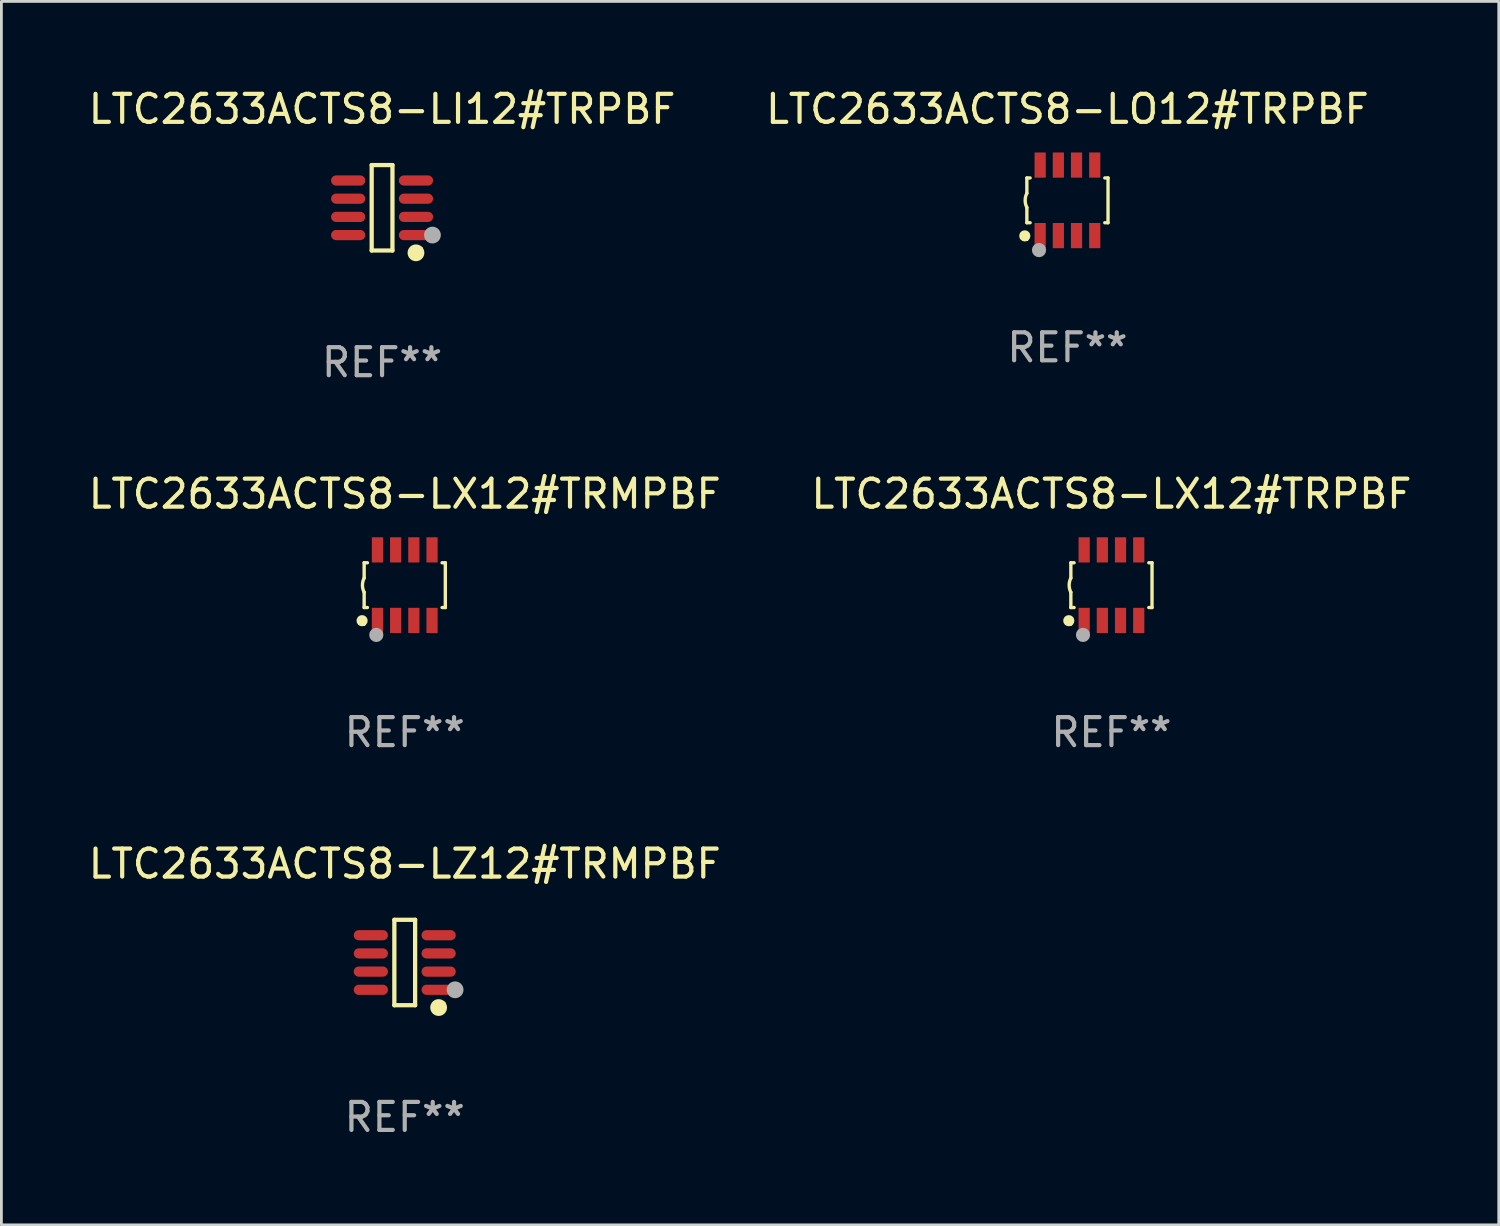
<source format=kicad_pcb>
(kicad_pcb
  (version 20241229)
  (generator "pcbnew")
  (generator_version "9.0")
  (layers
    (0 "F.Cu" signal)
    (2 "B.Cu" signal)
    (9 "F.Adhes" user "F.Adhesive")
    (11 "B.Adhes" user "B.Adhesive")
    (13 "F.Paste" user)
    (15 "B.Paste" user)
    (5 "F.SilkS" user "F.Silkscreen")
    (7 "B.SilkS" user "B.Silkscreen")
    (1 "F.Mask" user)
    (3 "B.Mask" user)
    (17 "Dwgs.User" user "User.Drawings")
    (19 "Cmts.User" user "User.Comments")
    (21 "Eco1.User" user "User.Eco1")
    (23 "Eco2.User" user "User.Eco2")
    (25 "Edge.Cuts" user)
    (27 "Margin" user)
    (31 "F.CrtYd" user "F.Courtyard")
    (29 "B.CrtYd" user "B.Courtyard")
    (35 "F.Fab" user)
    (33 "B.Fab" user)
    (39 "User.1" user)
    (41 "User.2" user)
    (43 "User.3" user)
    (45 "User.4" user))
  (footprint "LTC2633ACTS8-LX12#TRPBF"
    (layer "F.Cu")
    (at 36.661 17.857)
    (property "Reference" "LTC2633ACTS8-LX12#TRPBF" (at 0 -3.26 0) (layer "F.SilkS") (effects (font (size 1 1) (thickness 0.15))))
    (attr through_hole)
    (fp_line (start -1.45 -0.8) (end -1.45 -0.254) (stroke (width 0.12) (type solid)) (layer "F.SilkS"))
    (fp_line (start -1.45 -0.8) (end -1.334 -0.8) (stroke (width 0.12) (type solid)) (layer "F.SilkS"))
    (fp_line (start -1.45 0.8) (end -1.45 0.254) (stroke (width 0.12) (type solid)) (layer "F.SilkS"))
    (fp_line (start -1.45 0.8) (end -1.334 0.8) (stroke (width 0.12) (type solid)) (layer "F.SilkS"))
    (fp_line (start 1.334 -0.8) (end 1.45 -0.8) (stroke (width 0.12) (type solid)) (layer "F.SilkS"))
    (fp_line (start 1.334 0.8) (end 1.45 0.8) (stroke (width 0.12) (type solid)) (layer "F.SilkS"))
    (fp_line (start 1.45 0.8) (end 1.45 -0.8) (stroke (width 0.12) (type solid)) (layer "F.SilkS"))
    (fp_arc (start -1.45075 0.255144) (mid -1.510605 0.000434) (end -1.450013 -0.254102) (stroke (width 0.11999) (type solid)) (layer "F.SilkS"))
    (fp_circle (center -1.524 1.27) (end -1.424 1.27) (stroke (width 0.2) (type solid)) (fill no) (layer "F.SilkS"))
    (fp_circle (center -1.45 1.4) (end -1.42 1.4) (stroke (width 0.06) (type solid)) (fill no) (layer "F.SilkS"))
    (fp_circle (center -1.016 1.778) (end -0.889 1.778) (stroke (width 0.254) (type solid)) (fill no) (layer "F.Fab"))
    (fp_text user "REF**" (at 0 5.26 0) (layer "F.Fab") (effects (font (size 1 1) (thickness 0.15))))
    (pad "1" smd rect (at -0.975 1.26) (size 0.4 0.9) (layers "F.Cu" "F.Mask" "F.Paste"))
    (pad "2" smd rect (at -0.325 1.26) (size 0.4 0.9) (layers "F.Cu" "F.Mask" "F.Paste"))
    (pad "3" smd rect (at 0.325 1.26) (size 0.4 0.9) (layers "F.Cu" "F.Mask" "F.Paste"))
    (pad "4" smd rect (at 0.975 1.26) (size 0.4 0.9) (layers "F.Cu" "F.Mask" "F.Paste"))
    (pad "5" smd rect (at 0.975 -1.26) (size 0.4 0.9) (layers "F.Cu" "F.Mask" "F.Paste"))
    (pad "6" smd rect (at 0.325 -1.26) (size 0.4 0.9) (layers "F.Cu" "F.Mask" "F.Paste"))
    (pad "7" smd rect (at -0.325 -1.26) (size 0.4 0.9) (layers "F.Cu" "F.Mask" "F.Paste"))
    (pad "8" smd rect (at -0.975 -1.26) (size 0.4 0.9) (layers "F.Cu" "F.Mask" "F.Paste")))
  (footprint "LTC2633ACTS8-LO12#TRPBF"
    (layer "F.Cu")
    (at 35.089 4.108)
    (property "Reference" "LTC2633ACTS8-LO12#TRPBF" (at 0 -3.26 0) (layer "F.SilkS") (effects (font (size 1 1) (thickness 0.15))))
    (attr through_hole)
    (fp_line (start -1.45 -0.8) (end -1.45 -0.254) (stroke (width 0.12) (type solid)) (layer "F.SilkS"))
    (fp_line (start -1.45 -0.8) (end -1.334 -0.8) (stroke (width 0.12) (type solid)) (layer "F.SilkS"))
    (fp_line (start -1.45 0.8) (end -1.45 0.254) (stroke (width 0.12) (type solid)) (layer "F.SilkS"))
    (fp_line (start -1.45 0.8) (end -1.334 0.8) (stroke (width 0.12) (type solid)) (layer "F.SilkS"))
    (fp_line (start 1.334 -0.8) (end 1.45 -0.8) (stroke (width 0.12) (type solid)) (layer "F.SilkS"))
    (fp_line (start 1.334 0.8) (end 1.45 0.8) (stroke (width 0.12) (type solid)) (layer "F.SilkS"))
    (fp_line (start 1.45 0.8) (end 1.45 -0.8) (stroke (width 0.12) (type solid)) (layer "F.SilkS"))
    (fp_arc (start -1.45075 0.255144) (mid -1.510605 0.000434) (end -1.450013 -0.254102) (stroke (width 0.11999) (type solid)) (layer "F.SilkS"))
    (fp_circle (center -1.524 1.27) (end -1.424 1.27) (stroke (width 0.2) (type solid)) (fill no) (layer "F.SilkS"))
    (fp_circle (center -1.45 1.4) (end -1.42 1.4) (stroke (width 0.06) (type solid)) (fill no) (layer "F.SilkS"))
    (fp_circle (center -1.016 1.778) (end -0.889 1.778) (stroke (width 0.254) (type solid)) (fill no) (layer "F.Fab"))
    (fp_text user "REF**" (at 0 5.26 0) (layer "F.Fab") (effects (font (size 1 1) (thickness 0.15))))
    (pad "1" smd rect (at -0.975 1.26) (size 0.4 0.9) (layers "F.Cu" "F.Mask" "F.Paste"))
    (pad "2" smd rect (at -0.325 1.26) (size 0.4 0.9) (layers "F.Cu" "F.Mask" "F.Paste"))
    (pad "3" smd rect (at 0.325 1.26) (size 0.4 0.9) (layers "F.Cu" "F.Mask" "F.Paste"))
    (pad "4" smd rect (at 0.975 1.26) (size 0.4 0.9) (layers "F.Cu" "F.Mask" "F.Paste"))
    (pad "5" smd rect (at 0.975 -1.26) (size 0.4 0.9) (layers "F.Cu" "F.Mask" "F.Paste"))
    (pad "6" smd rect (at 0.325 -1.26) (size 0.4 0.9) (layers "F.Cu" "F.Mask" "F.Paste"))
    (pad "7" smd rect (at -0.325 -1.26) (size 0.4 0.9) (layers "F.Cu" "F.Mask" "F.Paste"))
    (pad "8" smd rect (at -0.975 -1.26) (size 0.4 0.9) (layers "F.Cu" "F.Mask" "F.Paste")))
  (footprint "LTC2633ACTS8-LI12#TRPBF"
    (layer "F.Cu")
    (at 10.601 4.374)
    (property "Reference" "LTC2633ACTS8-LI12#TRPBF" (at 0 -3.526 0) (layer "F.SilkS") (effects (font (size 1 1) (thickness 0.15))))
    (attr through_hole)
    (fp_line (start -0.371 -1.526) (end 0.371 -1.526) (stroke (width 0.152) (type solid)) (layer "F.SilkS"))
    (fp_line (start -0.371 1.526) (end -0.371 -1.526) (stroke (width 0.152) (type solid)) (layer "F.SilkS"))
    (fp_line (start 0.371 -1.526) (end 0.371 1.526) (stroke (width 0.152) (type solid)) (layer "F.SilkS"))
    (fp_line (start 0.371 1.526) (end -0.371 1.526) (stroke (width 0.152) (type solid)) (layer "F.SilkS"))
    (fp_circle (center 1.211 1.609) (end 1.361 1.609) (stroke (width 0.3) (type solid)) (fill no) (layer "F.SilkS"))
    (fp_circle (center 1.4 1.45) (end 1.43 1.45) (stroke (width 0.06) (type solid)) (fill no) (layer "F.SilkS"))
    (fp_circle (center 1.8 0.975) (end 1.95 0.975) (stroke (width 0.3) (type solid)) (fill no) (layer "F.Fab"))
    (fp_text user "REF**" (at 0 5.526 0) (layer "F.Fab") (effects (font (size 1 1) (thickness 0.15))))
    (pad "1" smd oval (at 1.211 0.975) (size 1.222 0.364) (layers "F.Cu" "F.Mask" "F.Paste"))
    (pad "2" smd oval (at 1.211 0.325) (size 1.222 0.364) (layers "F.Cu" "F.Mask" "F.Paste"))
    (pad "3" smd oval (at 1.211 -0.325) (size 1.222 0.364) (layers "F.Cu" "F.Mask" "F.Paste"))
    (pad "4" smd oval (at 1.211 -0.975) (size 1.222 0.364) (layers "F.Cu" "F.Mask" "F.Paste"))
    (pad "5" smd oval (at -1.211 -0.975) (size 1.222 0.364) (layers "F.Cu" "F.Mask" "F.Paste"))
    (pad "6" smd oval (at -1.211 -0.325) (size 1.222 0.364) (layers "F.Cu" "F.Mask" "F.Paste"))
    (pad "7" smd oval (at -1.211 0.325) (size 1.222 0.364) (layers "F.Cu" "F.Mask" "F.Paste"))
    (pad "8" smd oval (at -1.211 0.975) (size 1.222 0.364) (layers "F.Cu" "F.Mask" "F.Paste")))
  (footprint "LTC2633ACTS8-LX12#TRMPBF"
    (layer "F.Cu")
    (at 11.411 17.857)
    (property "Reference" "LTC2633ACTS8-LX12#TRMPBF" (at 0 -3.26 0) (layer "F.SilkS") (effects (font (size 1 1) (thickness 0.15))))
    (attr through_hole)
    (fp_line (start -1.45 -0.8) (end -1.45 -0.254) (stroke (width 0.12) (type solid)) (layer "F.SilkS"))
    (fp_line (start -1.45 -0.8) (end -1.334 -0.8) (stroke (width 0.12) (type solid)) (layer "F.SilkS"))
    (fp_line (start -1.45 0.8) (end -1.45 0.254) (stroke (width 0.12) (type solid)) (layer "F.SilkS"))
    (fp_line (start -1.45 0.8) (end -1.334 0.8) (stroke (width 0.12) (type solid)) (layer "F.SilkS"))
    (fp_line (start 1.334 -0.8) (end 1.45 -0.8) (stroke (width 0.12) (type solid)) (layer "F.SilkS"))
    (fp_line (start 1.334 0.8) (end 1.45 0.8) (stroke (width 0.12) (type solid)) (layer "F.SilkS"))
    (fp_line (start 1.45 0.8) (end 1.45 -0.8) (stroke (width 0.12) (type solid)) (layer "F.SilkS"))
    (fp_arc (start -1.45075 0.255144) (mid -1.510605 0.000434) (end -1.450013 -0.254102) (stroke (width 0.11999) (type solid)) (layer "F.SilkS"))
    (fp_circle (center -1.524 1.27) (end -1.424 1.27) (stroke (width 0.2) (type solid)) (fill no) (layer "F.SilkS"))
    (fp_circle (center -1.45 1.4) (end -1.42 1.4) (stroke (width 0.06) (type solid)) (fill no) (layer "F.SilkS"))
    (fp_circle (center -1.016 1.778) (end -0.889 1.778) (stroke (width 0.254) (type solid)) (fill no) (layer "F.Fab"))
    (fp_text user "REF**" (at 0 5.26 0) (layer "F.Fab") (effects (font (size 1 1) (thickness 0.15))))
    (pad "1" smd rect (at -0.975 1.26) (size 0.4 0.9) (layers "F.Cu" "F.Mask" "F.Paste"))
    (pad "2" smd rect (at -0.325 1.26) (size 0.4 0.9) (layers "F.Cu" "F.Mask" "F.Paste"))
    (pad "3" smd rect (at 0.325 1.26) (size 0.4 0.9) (layers "F.Cu" "F.Mask" "F.Paste"))
    (pad "4" smd rect (at 0.975 1.26) (size 0.4 0.9) (layers "F.Cu" "F.Mask" "F.Paste"))
    (pad "5" smd rect (at 0.975 -1.26) (size 0.4 0.9) (layers "F.Cu" "F.Mask" "F.Paste"))
    (pad "6" smd rect (at 0.325 -1.26) (size 0.4 0.9) (layers "F.Cu" "F.Mask" "F.Paste"))
    (pad "7" smd rect (at -0.325 -1.26) (size 0.4 0.9) (layers "F.Cu" "F.Mask" "F.Paste"))
    (pad "8" smd rect (at -0.975 -1.26) (size 0.4 0.9) (layers "F.Cu" "F.Mask" "F.Paste")))
  (footprint "LTC2633ACTS8-LZ12#TRMPBF"
    (layer "F.Cu")
    (at 11.411 31.34)
    (property "Reference" "LTC2633ACTS8-LZ12#TRMPBF" (at 0 -3.526 0) (layer "F.SilkS") (effects (font (size 1 1) (thickness 0.15))))
    (attr through_hole)
    (fp_line (start -0.371 -1.526) (end 0.371 -1.526) (stroke (width 0.152) (type solid)) (layer "F.SilkS"))
    (fp_line (start -0.371 1.526) (end -0.371 -1.526) (stroke (width 0.152) (type solid)) (layer "F.SilkS"))
    (fp_line (start 0.371 -1.526) (end 0.371 1.526) (stroke (width 0.152) (type solid)) (layer "F.SilkS"))
    (fp_line (start 0.371 1.526) (end -0.371 1.526) (stroke (width 0.152) (type solid)) (layer "F.SilkS"))
    (fp_circle (center 1.211 1.609) (end 1.361 1.609) (stroke (width 0.3) (type solid)) (fill no) (layer "F.SilkS"))
    (fp_circle (center 1.4 1.45) (end 1.43 1.45) (stroke (width 0.06) (type solid)) (fill no) (layer "F.SilkS"))
    (fp_circle (center 1.8 0.975) (end 1.95 0.975) (stroke (width 0.3) (type solid)) (fill no) (layer "F.Fab"))
    (fp_text user "REF**" (at 0 5.526 0) (layer "F.Fab") (effects (font (size 1 1) (thickness 0.15))))
    (pad "1" smd oval (at 1.211 0.975) (size 1.222 0.364) (layers "F.Cu" "F.Mask" "F.Paste"))
    (pad "2" smd oval (at 1.211 0.325) (size 1.222 0.364) (layers "F.Cu" "F.Mask" "F.Paste"))
    (pad "3" smd oval (at 1.211 -0.325) (size 1.222 0.364) (layers "F.Cu" "F.Mask" "F.Paste"))
    (pad "4" smd oval (at 1.211 -0.975) (size 1.222 0.364) (layers "F.Cu" "F.Mask" "F.Paste"))
    (pad "5" smd oval (at -1.211 -0.975) (size 1.222 0.364) (layers "F.Cu" "F.Mask" "F.Paste"))
    (pad "6" smd oval (at -1.211 -0.325) (size 1.222 0.364) (layers "F.Cu" "F.Mask" "F.Paste"))
    (pad "7" smd oval (at -1.211 0.325) (size 1.222 0.364) (layers "F.Cu" "F.Mask" "F.Paste"))
    (pad "8" smd oval (at -1.211 0.975) (size 1.222 0.364) (layers "F.Cu" "F.Mask" "F.Paste")))
  (gr_rect
    (start -3 -3)
    (end 50.5 40.714)
    (stroke (width 0.1) (type default))
    (fill no)
    (layer "Edge.Cuts")))
</source>
